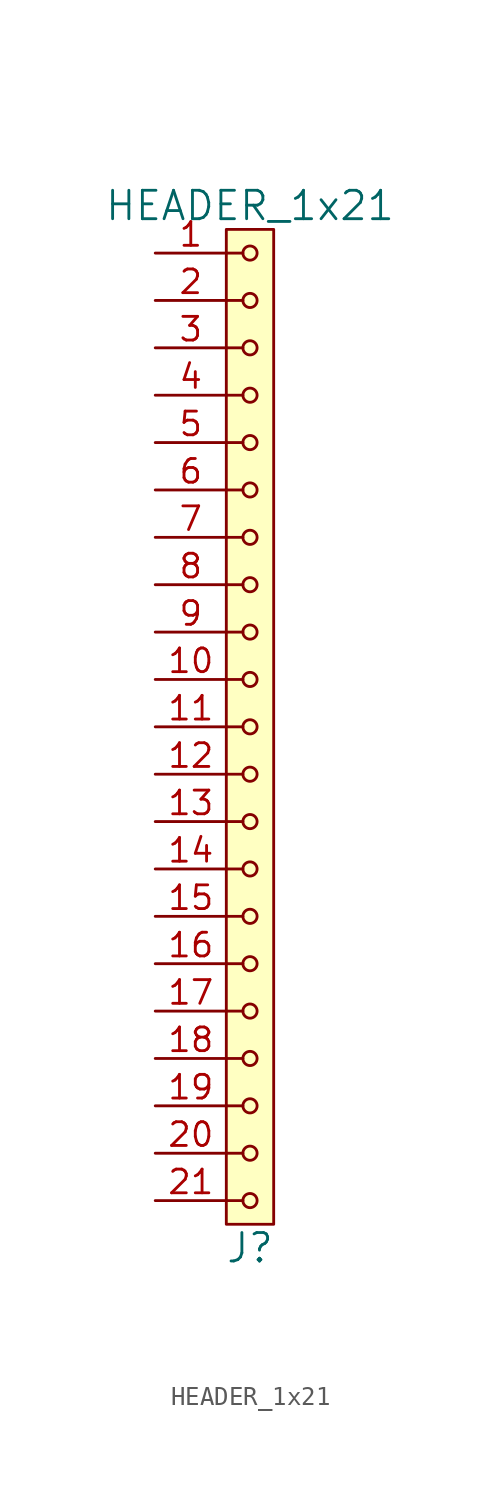
<source format=kicad_sym>
(kicad_symbol_lib
  (version 20211014)
  (generator kicad_symbol_editor)
  (symbol "HEADER_1x21"
    (pin_names
      (offset 1.016))
    (property "Reference" "J"
      (at 0 -27.94 0)
      (effects (font (size 1.524 1.524))))
    (property "Value" "HEADER_1x21"
      (at 0 27.94 0)
      (effects (font (size 1.524 1.524))))
    (property "Footprint" ""
      (at 0 25.4 0)
      (effects (font (size 1.524 1.524))))
    (property "Datasheet" ""
      (at 0 25.4 0)
      (effects (font (size 1.524 1.524))))
    (symbol "HEADER_1x21_0_1"
      (rectangle (start -1.27 26.67) (end 1.27 -26.67) (stroke (width 0) (type default) (color 0 0 0 0)) (fill (type background)))
      (circle (center 0 -25.4) (radius 0.381) (stroke (width 0) (type default) (color 0 0 0 0)) (fill (type none)))
      (circle (center 0 -22.86) (radius 0.381) (stroke (width 0) (type default) (color 0 0 0 0)) (fill (type none)))
      (circle (center 0 -20.32) (radius 0.381) (stroke (width 0) (type default) (color 0 0 0 0)) (fill (type none)))
      (circle (center 0 -17.78) (radius 0.381) (stroke (width 0) (type default) (color 0 0 0 0)) (fill (type none)))
      (circle (center 0 -15.24) (radius 0.381) (stroke (width 0) (type default) (color 0 0 0 0)) (fill (type none)))
      (circle (center 0 -12.7) (radius 0.381) (stroke (width 0) (type default) (color 0 0 0 0)) (fill (type none)))
      (circle (center 0 -10.16) (radius 0.381) (stroke (width 0) (type default) (color 0 0 0 0)) (fill (type none)))
      (circle (center 0 -7.62) (radius 0.381) (stroke (width 0) (type default) (color 0 0 0 0)) (fill (type none)))
      (circle (center 0 -5.08) (radius 0.381) (stroke (width 0) (type default) (color 0 0 0 0)) (fill (type none)))
      (circle (center 0 -2.54) (radius 0.381) (stroke (width 0) (type default) (color 0 0 0 0)) (fill (type none)))
      (polyline (pts (xy -1.27 -25.4) (xy -0.381 -25.4)) (stroke (width 0) (type default) (color 0 0 0 0)) (fill (type none)))
      (polyline (pts (xy -1.27 -22.86) (xy -0.381 -22.86)) (stroke (width 0) (type default) (color 0 0 0 0)) (fill (type none)))
      (polyline (pts (xy -1.27 -20.32) (xy -0.381 -20.32)) (stroke (width 0) (type default) (color 0 0 0 0)) (fill (type none)))
      (polyline (pts (xy -1.27 -17.78) (xy -0.381 -17.78)) (stroke (width 0) (type default) (color 0 0 0 0)) (fill (type none)))
      (polyline (pts (xy -1.27 -15.24) (xy -0.381 -15.24)) (stroke (width 0) (type default) (color 0 0 0 0)) (fill (type none)))
      (polyline (pts (xy -1.27 -12.7) (xy -0.381 -12.7)) (stroke (width 0) (type default) (color 0 0 0 0)) (fill (type none)))
      (polyline (pts (xy -1.27 -10.16) (xy -0.381 -10.16)) (stroke (width 0) (type default) (color 0 0 0 0)) (fill (type none)))
      (polyline (pts (xy -1.27 -7.62) (xy -0.381 -7.62)) (stroke (width 0) (type default) (color 0 0 0 0)) (fill (type none)))
      (polyline (pts (xy -1.27 -5.08) (xy -0.381 -5.08)) (stroke (width 0) (type default) (color 0 0 0 0)) (fill (type none)))
      (polyline (pts (xy -1.27 -2.54) (xy -0.381 -2.54)) (stroke (width 0) (type default) (color 0 0 0 0)) (fill (type none)))
      (polyline (pts (xy -1.27 0) (xy -0.381 0)) (stroke (width 0) (type default) (color 0 0 0 0)) (fill (type none)))
      (polyline (pts (xy -1.27 2.54) (xy -0.381 2.54)) (stroke (width 0) (type default) (color 0 0 0 0)) (fill (type none)))
      (polyline (pts (xy -1.27 5.08) (xy -0.381 5.08)) (stroke (width 0) (type default) (color 0 0 0 0)) (fill (type none)))
      (polyline (pts (xy -1.27 7.62) (xy -0.381 7.62)) (stroke (width 0) (type default) (color 0 0 0 0)) (fill (type none)))
      (polyline (pts (xy -1.27 10.16) (xy -0.381 10.16)) (stroke (width 0) (type default) (color 0 0 0 0)) (fill (type none)))
      (polyline (pts (xy -1.27 12.7) (xy -0.381 12.7)) (stroke (width 0) (type default) (color 0 0 0 0)) (fill (type none)))
      (polyline (pts (xy -1.27 15.24) (xy -0.381 15.24)) (stroke (width 0) (type default) (color 0 0 0 0)) (fill (type none)))
      (polyline (pts (xy -1.27 17.78) (xy -0.381 17.78)) (stroke (width 0) (type default) (color 0 0 0 0)) (fill (type none)))
      (polyline (pts (xy -1.27 20.32) (xy -0.381 20.32)) (stroke (width 0) (type default) (color 0 0 0 0)) (fill (type none)))
      (polyline (pts (xy -1.27 22.86) (xy -0.381 22.86)) (stroke (width 0) (type default) (color 0 0 0 0)) (fill (type none)))
      (polyline (pts (xy -1.27 25.4) (xy -0.381 25.4)) (stroke (width 0) (type default) (color 0 0 0 0)) (fill (type none)))
      (circle (center 0 0) (radius 0.381) (stroke (width 0) (type default) (color 0 0 0 0)) (fill (type none)))
      (circle (center 0 2.54) (radius 0.381) (stroke (width 0) (type default) (color 0 0 0 0)) (fill (type none)))
      (circle (center 0 5.08) (radius 0.381) (stroke (width 0) (type default) (color 0 0 0 0)) (fill (type none)))
      (circle (center 0 7.62) (radius 0.381) (stroke (width 0) (type default) (color 0 0 0 0)) (fill (type none)))
      (circle (center 0 10.16) (radius 0.381) (stroke (width 0) (type default) (color 0 0 0 0)) (fill (type none)))
      (circle (center 0 12.7) (radius 0.381) (stroke (width 0) (type default) (color 0 0 0 0)) (fill (type none)))
      (circle (center 0 15.24) (radius 0.381) (stroke (width 0) (type default) (color 0 0 0 0)) (fill (type none)))
      (circle (center 0 17.78) (radius 0.381) (stroke (width 0) (type default) (color 0 0 0 0)) (fill (type none)))
      (circle (center 0 20.32) (radius 0.381) (stroke (width 0) (type default) (color 0 0 0 0)) (fill (type none)))
      (circle (center 0 22.86) (radius 0.381) (stroke (width 0) (type default) (color 0 0 0 0)) (fill (type none)))
      (circle (center 0 25.4) (radius 0.381) (stroke (width 0) (type default) (color 0 0 0 0)) (fill (type none))))
    (symbol "HEADER_1x21_1_1"
      (pin input line (at -5.08 25.4 0) (length 3.81) (name "~" (effects (font (size 1.27 1.27)))) (number "1" (effects (font (size 1.27 1.27)))))
      (pin input line (at -5.08 2.54 0) (length 3.81) (name "~" (effects (font (size 1.27 1.27)))) (number "10" (effects (font (size 1.27 1.27)))))
      (pin input line (at -5.08 0 0) (length 3.81) (name "~" (effects (font (size 1.27 1.27)))) (number "11" (effects (font (size 1.27 1.27)))))
      (pin input line (at -5.08 -2.54 0) (length 3.81) (name "~" (effects (font (size 1.27 1.27)))) (number "12" (effects (font (size 1.27 1.27)))))
      (pin input line (at -5.08 -5.08 0) (length 3.81) (name "~" (effects (font (size 1.27 1.27)))) (number "13" (effects (font (size 1.27 1.27)))))
      (pin input line (at -5.08 -7.62 0) (length 3.81) (name "~" (effects (font (size 1.27 1.27)))) (number "14" (effects (font (size 1.27 1.27)))))
      (pin input line (at -5.08 -10.16 0) (length 3.81) (name "~" (effects (font (size 1.27 1.27)))) (number "15" (effects (font (size 1.27 1.27)))))
      (pin input line (at -5.08 -12.7 0) (length 3.81) (name "~" (effects (font (size 1.27 1.27)))) (number "16" (effects (font (size 1.27 1.27)))))
      (pin input line (at -5.08 -15.24 0) (length 3.81) (name "~" (effects (font (size 1.27 1.27)))) (number "17" (effects (font (size 1.27 1.27)))))
      (pin input line (at -5.08 -17.78 0) (length 3.81) (name "~" (effects (font (size 1.27 1.27)))) (number "18" (effects (font (size 1.27 1.27)))))
      (pin input line (at -5.08 -20.32 0) (length 3.81) (name "~" (effects (font (size 1.27 1.27)))) (number "19" (effects (font (size 1.27 1.27)))))
      (pin input line (at -5.08 22.86 0) (length 3.81) (name "~" (effects (font (size 1.27 1.27)))) (number "2" (effects (font (size 1.27 1.27)))))
      (pin input line (at -5.08 -22.86 0) (length 3.81) (name "~" (effects (font (size 1.27 1.27)))) (number "20" (effects (font (size 1.27 1.27)))))
      (pin input line (at -5.08 -25.4 0) (length 3.81) (name "~" (effects (font (size 1.27 1.27)))) (number "21" (effects (font (size 1.27 1.27)))))
      (pin input line (at -5.08 20.32 0) (length 3.81) (name "~" (effects (font (size 1.27 1.27)))) (number "3" (effects (font (size 1.27 1.27)))))
      (pin input line (at -5.08 17.78 0) (length 3.81) (name "~" (effects (font (size 1.27 1.27)))) (number "4" (effects (font (size 1.27 1.27)))))
      (pin input line (at -5.08 15.24 0) (length 3.81) (name "~" (effects (font (size 1.27 1.27)))) (number "5" (effects (font (size 1.27 1.27)))))
      (pin input line (at -5.08 12.7 0) (length 3.81) (name "~" (effects (font (size 1.27 1.27)))) (number "6" (effects (font (size 1.27 1.27)))))
      (pin input line (at -5.08 10.16 0) (length 3.81) (name "~" (effects (font (size 1.27 1.27)))) (number "7" (effects (font (size 1.27 1.27)))))
      (pin input line (at -5.08 7.62 0) (length 3.81) (name "~" (effects (font (size 1.27 1.27)))) (number "8" (effects (font (size 1.27 1.27)))))
      (pin input line (at -5.08 5.08 0) (length 3.81) (name "~" (effects (font (size 1.27 1.27)))) (number "9" (effects (font (size 1.27 1.27))))))))
</source>
